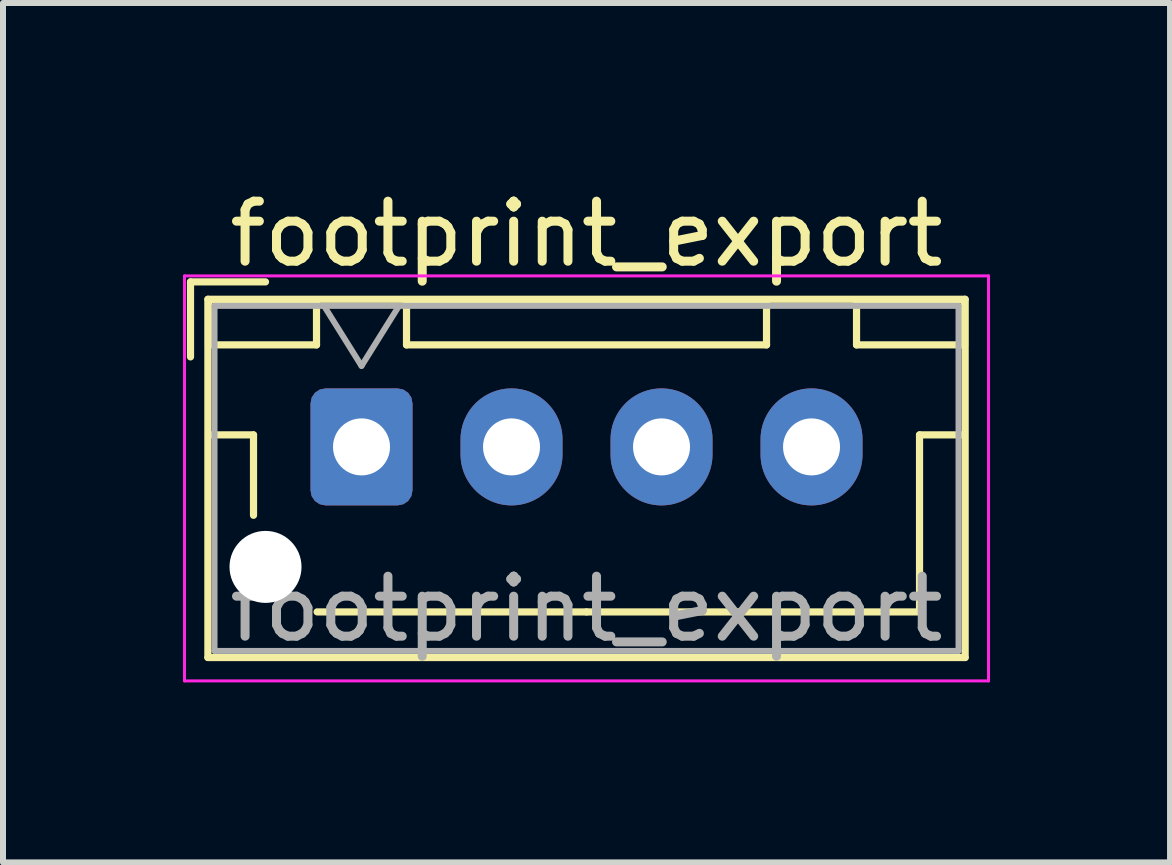
<source format=kicad_pcb>
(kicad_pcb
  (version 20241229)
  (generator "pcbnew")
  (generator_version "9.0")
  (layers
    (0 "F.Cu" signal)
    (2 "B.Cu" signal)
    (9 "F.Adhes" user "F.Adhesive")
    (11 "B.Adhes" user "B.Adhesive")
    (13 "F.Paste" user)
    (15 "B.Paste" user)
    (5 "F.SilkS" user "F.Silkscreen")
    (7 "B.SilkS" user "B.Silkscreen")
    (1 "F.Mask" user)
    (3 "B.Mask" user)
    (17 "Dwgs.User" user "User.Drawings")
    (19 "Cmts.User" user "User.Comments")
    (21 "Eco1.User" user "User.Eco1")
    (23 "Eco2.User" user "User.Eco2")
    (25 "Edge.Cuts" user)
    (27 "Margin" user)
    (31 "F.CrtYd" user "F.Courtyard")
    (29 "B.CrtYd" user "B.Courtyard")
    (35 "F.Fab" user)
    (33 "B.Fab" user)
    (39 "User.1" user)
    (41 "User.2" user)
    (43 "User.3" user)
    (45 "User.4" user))
  (footprint "footprint_export"
    (layer "F.Cu")
    (at 2.975 4.398)
    (property "Reference" "footprint_export" (at 3.75 -3.55 0) (layer "F.SilkS") (effects (font (size 1 1) (thickness 0.15))))
    (attr through_hole)
    (fp_line (start -2.85 -2.75) (end -2.85 -1.5) (stroke (width 0.12) (type solid)) (layer "F.SilkS"))
    (fp_line (start -2.56 -2.46) (end -2.56 3.51) (stroke (width 0.12) (type solid)) (layer "F.SilkS"))
    (fp_line (start -2.56 3.51) (end 10.06 3.51) (stroke (width 0.12) (type solid)) (layer "F.SilkS"))
    (fp_line (start -2.55 -2.45) (end -2.55 -1.7) (stroke (width 0.12) (type solid)) (layer "F.SilkS"))
    (fp_line (start -2.55 -1.7) (end -0.75 -1.7) (stroke (width 0.12) (type solid)) (layer "F.SilkS"))
    (fp_line (start -2.55 -0.2) (end -1.8 -0.2) (stroke (width 0.12) (type solid)) (layer "F.SilkS"))
    (fp_line (start -1.8 -0.2) (end -1.8 1.14) (stroke (width 0.12) (type solid)) (layer "F.SilkS"))
    (fp_line (start -1.6 -2.75) (end -2.85 -2.75) (stroke (width 0.12) (type solid)) (layer "F.SilkS"))
    (fp_line (start -0.75 -2.45) (end -2.55 -2.45) (stroke (width 0.12) (type solid)) (layer "F.SilkS"))
    (fp_line (start -0.75 -1.7) (end -0.75 -2.45) (stroke (width 0.12) (type solid)) (layer "F.SilkS"))
    (fp_line (start 0.75 -2.45) (end 0.75 -1.7) (stroke (width 0.12) (type solid)) (layer "F.SilkS"))
    (fp_line (start 0.75 -1.7) (end 6.75 -1.7) (stroke (width 0.12) (type solid)) (layer "F.SilkS"))
    (fp_line (start 3.75 2.75) (end -0.74 2.75) (stroke (width 0.12) (type solid)) (layer "F.SilkS"))
    (fp_line (start 6.75 -2.45) (end 0.75 -2.45) (stroke (width 0.12) (type solid)) (layer "F.SilkS"))
    (fp_line (start 6.75 -1.7) (end 6.75 -2.45) (stroke (width 0.12) (type solid)) (layer "F.SilkS"))
    (fp_line (start 8.25 -2.45) (end 8.25 -1.7) (stroke (width 0.12) (type solid)) (layer "F.SilkS"))
    (fp_line (start 8.25 -1.7) (end 10.05 -1.7) (stroke (width 0.12) (type solid)) (layer "F.SilkS"))
    (fp_line (start 9.3 -0.2) (end 9.3 2.75) (stroke (width 0.12) (type solid)) (layer "F.SilkS"))
    (fp_line (start 9.3 2.75) (end 3.75 2.75) (stroke (width 0.12) (type solid)) (layer "F.SilkS"))
    (fp_line (start 10.05 -2.45) (end 8.25 -2.45) (stroke (width 0.12) (type solid)) (layer "F.SilkS"))
    (fp_line (start 10.05 -1.7) (end 10.05 -2.45) (stroke (width 0.12) (type solid)) (layer "F.SilkS"))
    (fp_line (start 10.05 -0.2) (end 9.3 -0.2) (stroke (width 0.12) (type solid)) (layer "F.SilkS"))
    (fp_line (start 10.06 -2.46) (end -2.56 -2.46) (stroke (width 0.12) (type solid)) (layer "F.SilkS"))
    (fp_line (start 10.06 3.51) (end 10.06 -2.46) (stroke (width 0.12) (type solid)) (layer "F.SilkS"))
    (fp_line (start -2.95 -2.85) (end -2.95 3.9) (stroke (width 0.05) (type solid)) (layer "F.CrtYd"))
    (fp_line (start -2.95 3.9) (end 10.45 3.9) (stroke (width 0.05) (type solid)) (layer "F.CrtYd"))
    (fp_line (start 10.45 -2.85) (end -2.95 -2.85) (stroke (width 0.05) (type solid)) (layer "F.CrtYd"))
    (fp_line (start 10.45 3.9) (end 10.45 -2.85) (stroke (width 0.05) (type solid)) (layer "F.CrtYd"))
    (fp_line (start -2.45 -2.35) (end -2.45 3.4) (stroke (width 0.1) (type solid)) (layer "F.Fab"))
    (fp_line (start -2.45 3.4) (end 9.95 3.4) (stroke (width 0.1) (type solid)) (layer "F.Fab"))
    (fp_line (start -0.625 -2.35) (end 0 -1.35) (stroke (width 0.1) (type solid)) (layer "F.Fab"))
    (fp_line (start 0 -1.35) (end 0.625 -2.35) (stroke (width 0.1) (type solid)) (layer "F.Fab"))
    (fp_line (start 9.95 -2.35) (end -2.45 -2.35) (stroke (width 0.1) (type solid)) (layer "F.Fab"))
    (fp_line (start 9.95 3.4) (end 9.95 -2.35) (stroke (width 0.1) (type solid)) (layer "F.Fab"))
    (fp_text user "${REFERENCE}" (at 3.75 2.7 0) (layer "F.Fab") (effects (font (size 1 1) (thickness 0.15))))
    (pad "" np_thru_hole circle (at -1.6 2) (size 1.2 1.2) (drill 1.2) (layers "*.Cu" "*.Mask"))
    (pad "1" thru_hole roundrect (at 0 0) (size 1.7 1.95) (drill 0.95) (layers "*.Cu" "*.Mask") (roundrect_rratio 0.147))
    (pad "2" thru_hole oval (at 2.5 0) (size 1.7 1.95) (drill 0.95) (layers "*.Cu" "*.Mask"))
    (pad "3" thru_hole oval (at 5 0) (size 1.7 1.95) (drill 0.95) (layers "*.Cu" "*.Mask"))
    (pad "4" thru_hole oval (at 7.5 0) (size 1.7 1.95) (drill 0.95) (layers "*.Cu" "*.Mask")))
  (gr_rect
    (start -3 -3)
    (end 16.45 11.323)
    (stroke (width 0.1) (type default))
    (fill no)
    (layer "Edge.Cuts")))
</source>
